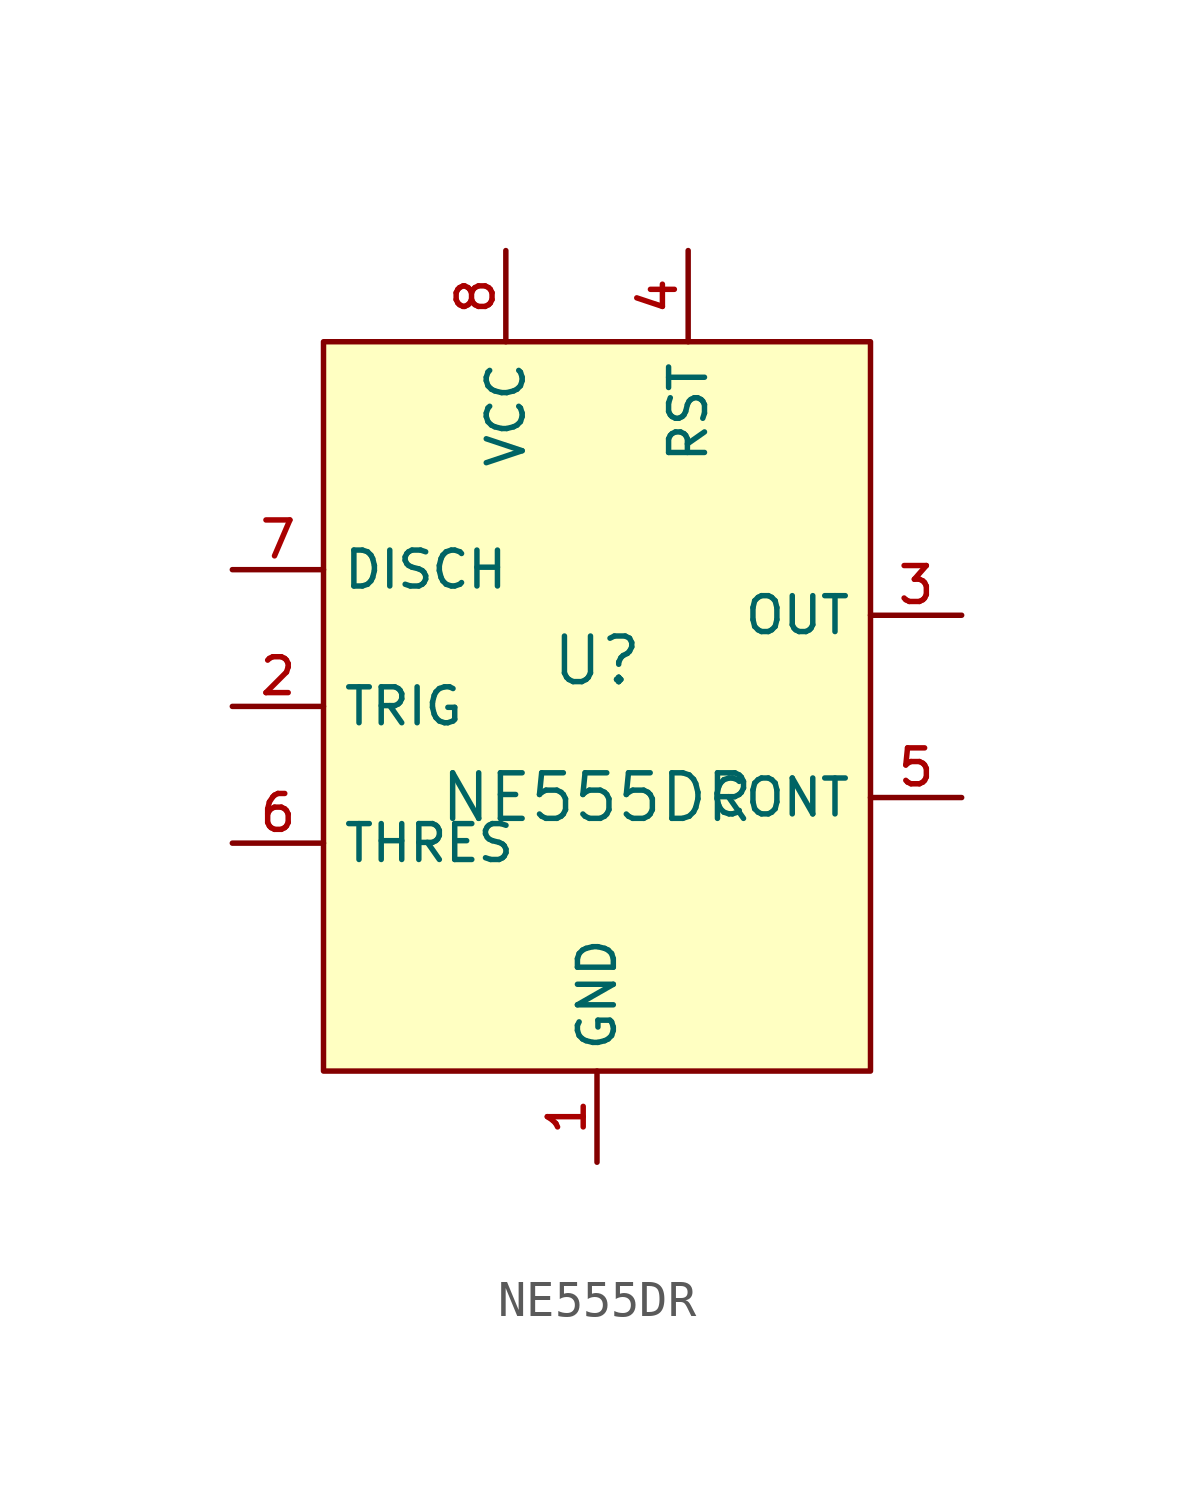
<source format=kicad_sym>
(kicad_symbol_lib
  (version 20210201)
  (generator TousstNicolas/JLC2KiCad_lib)
  (symbol "NE555DR"
    (property "Reference" "U"
      (at 0 1.27 0)
      (effects (font (size 1.27 1.27))))
    (property "Value" "NE555DR"
      (at 0 -2.54 0)
      (effects (font (size 1.27 1.27))))
    (symbol "NE555DR_0_1"
      (pin unspecified line (at -2.54 12.7 270) (length 2.54) (name "VCC" (effects (font (size 1 1)))) (number "8" (effects (font (size 1 1)))))
      (pin unspecified line (at -10.16 3.81 0) (length 2.54) (name "DISCH" (effects (font (size 1 1)))) (number "7" (effects (font (size 1 1)))))
      (pin unspecified line (at -10.16 -3.81 0) (length 2.54) (name "THRES" (effects (font (size 1 1)))) (number "6" (effects (font (size 1 1)))))
      (pin unspecified line (at 10.16 -2.54 180) (length 2.54) (name "CONT" (effects (font (size 1 1)))) (number "5" (effects (font (size 1 1)))))
      (pin unspecified line (at 2.54 12.7 270) (length 2.54) (name "RST" (effects (font (size 1 1)))) (number "4" (effects (font (size 1 1)))))
      (pin unspecified line (at 10.16 2.54 180) (length 2.54) (name "OUT" (effects (font (size 1 1)))) (number "3" (effects (font (size 1 1)))))
      (pin unspecified line (at -10.16 -0.0 0) (length 2.54) (name "TRIG" (effects (font (size 1 1)))) (number "2" (effects (font (size 1 1)))))
      (pin unspecified line (at 0.0 -12.7 90) (length 2.54) (name "GND" (effects (font (size 1 1)))) (number "1" (effects (font (size 1 1)))))
      (rectangle (start -7.62 10.16) (end 7.62 -10.16) (stroke (width 0) (type default) (color 0 0 0 0)) (fill (type background))))))
</source>
